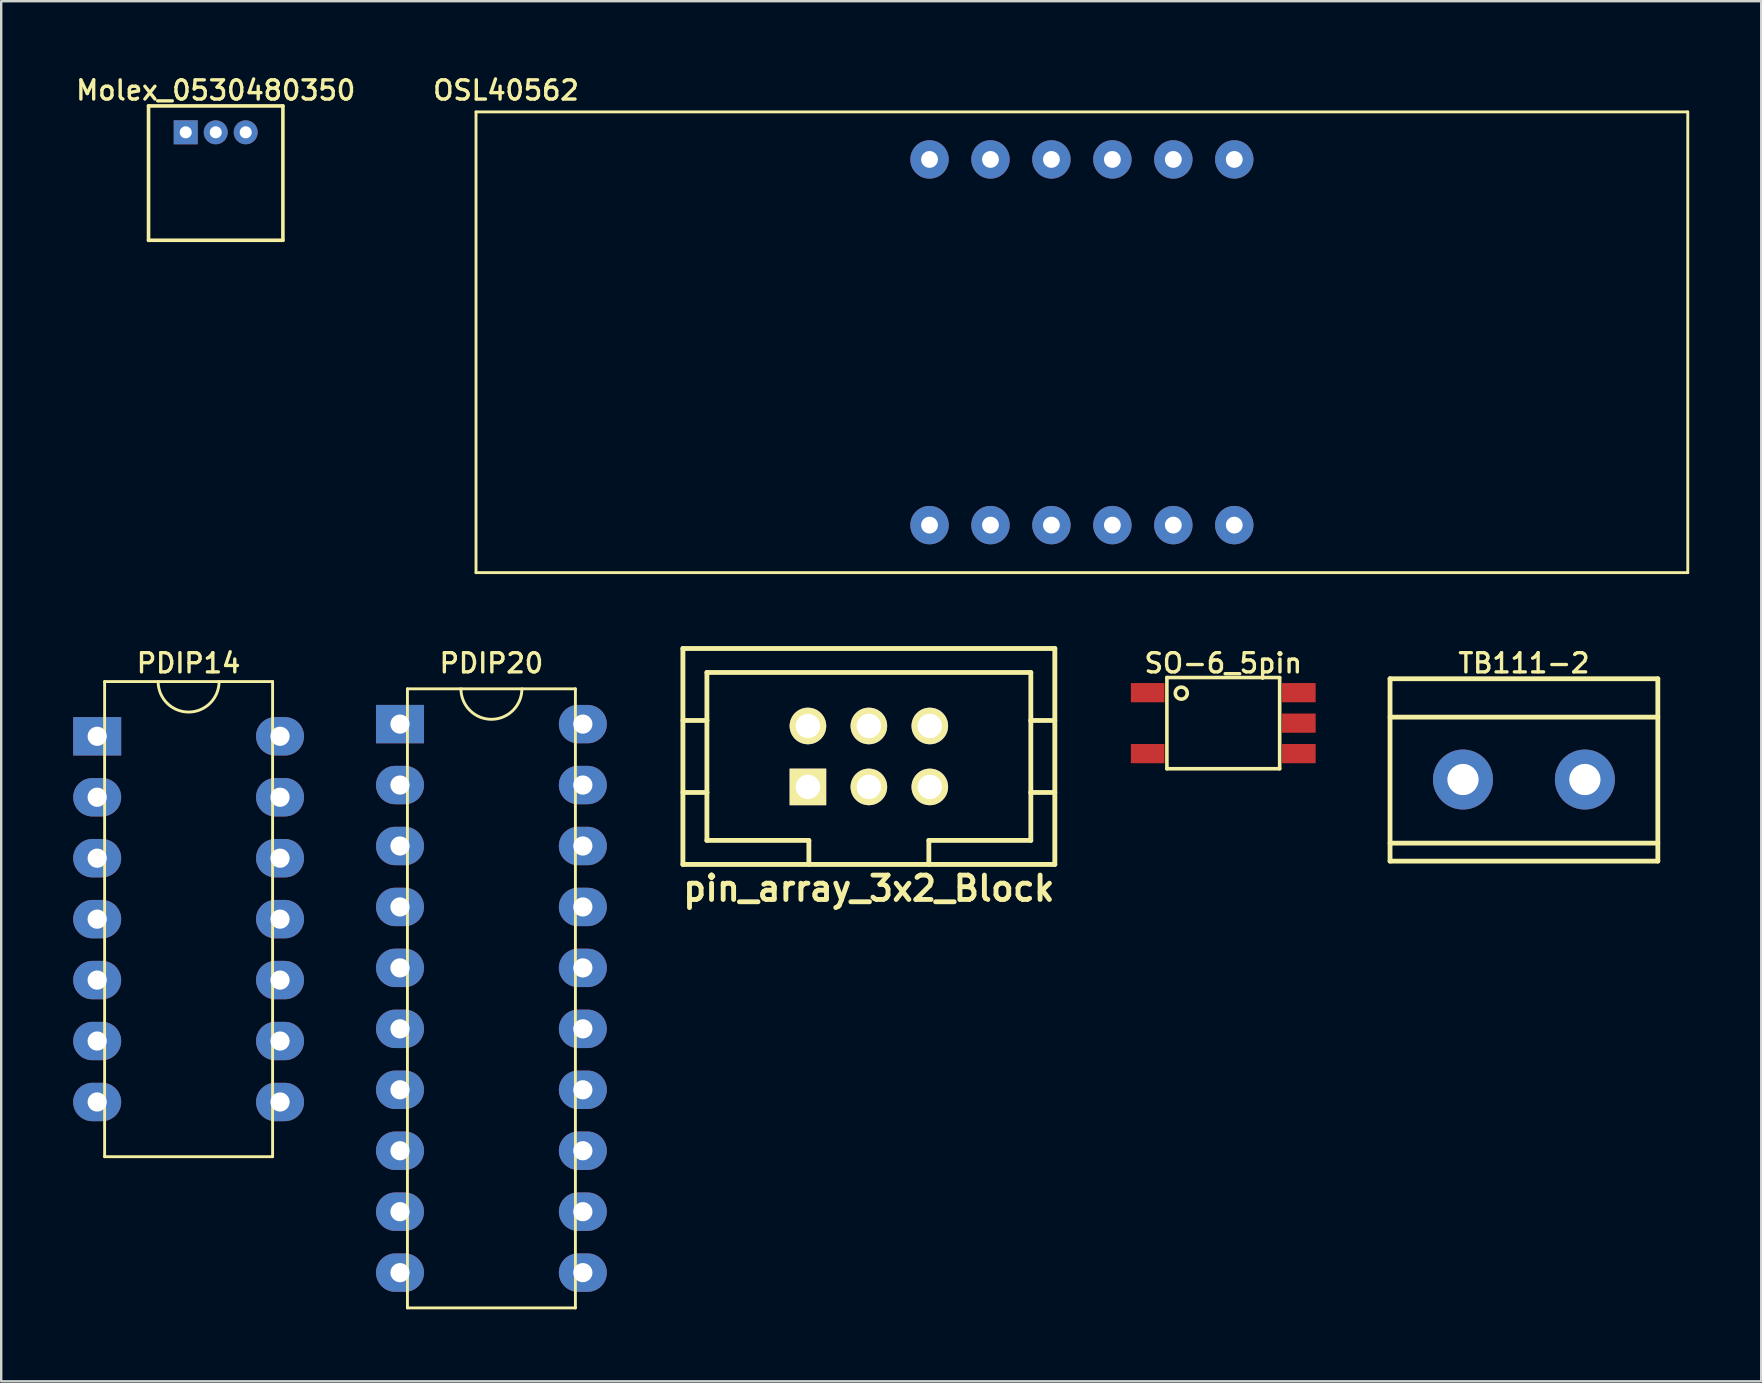
<source format=kicad_pcb>
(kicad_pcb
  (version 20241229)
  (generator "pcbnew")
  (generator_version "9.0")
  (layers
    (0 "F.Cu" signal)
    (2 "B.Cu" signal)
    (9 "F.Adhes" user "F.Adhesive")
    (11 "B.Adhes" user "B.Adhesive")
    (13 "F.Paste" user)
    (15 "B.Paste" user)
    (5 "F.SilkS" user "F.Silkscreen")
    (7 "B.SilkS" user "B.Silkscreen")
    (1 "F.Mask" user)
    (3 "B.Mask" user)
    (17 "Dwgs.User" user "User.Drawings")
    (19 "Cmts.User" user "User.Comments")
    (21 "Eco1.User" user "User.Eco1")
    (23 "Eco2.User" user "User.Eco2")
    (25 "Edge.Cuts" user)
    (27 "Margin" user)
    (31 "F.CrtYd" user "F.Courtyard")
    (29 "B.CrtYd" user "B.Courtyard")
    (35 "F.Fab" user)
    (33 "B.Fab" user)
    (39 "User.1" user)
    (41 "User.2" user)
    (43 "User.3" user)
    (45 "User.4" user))
  (footprint "Molex_0530480350"
    (layer "F.Cu")
    (at 5.94 2.464)
    (property "Reference" "Molex_0530480350" (at 0 -1.75 0) (layer "F.SilkS") (effects (font (size 0.8 0.8) (thickness 0.14))))
    (attr through_hole)
    (fp_line (start -2.8 -1.1) (end -2.8 4.5) (stroke (width 0.15) (type solid)) (layer "F.SilkS"))
    (fp_line (start -2.8 -1.1) (end 2.8 -1.1) (stroke (width 0.15) (type solid)) (layer "F.SilkS"))
    (fp_line (start -2.8 4.5) (end 2.8 4.5) (stroke (width 0.15) (type solid)) (layer "F.SilkS"))
    (fp_line (start 2.8 -1.1) (end 2.8 4.5) (stroke (width 0.15) (type solid)) (layer "F.SilkS"))
    (pad "1" thru_hole rect (at -1.25 0) (size 1 1) (drill 0.5) (layers "*.Cu" "*.Mask"))
    (pad "2" thru_hole circle (at 0 0) (size 1 1) (drill 0.5) (layers "*.Cu" "*.Mask"))
    (pad "3" thru_hole circle (at 1.25 0) (size 1 1) (drill 0.5) (layers "*.Cu" "*.Mask")))
  (footprint "OSL40562"
    (layer "F.Cu")
    (at 42.038 11.214)
    (property "Reference" "OSL40562" (at -24 -10.5 0) (layer "F.SilkS") (effects (font (size 0.8 0.8) (thickness 0.14))))
    (attr through_hole)
    (fp_line (start -25.25 -9.6) (end -25.25 9.6) (stroke (width 0.12) (type solid)) (layer "F.SilkS"))
    (fp_line (start -25.25 9.6) (end 25.25 9.6) (stroke (width 0.12) (type solid)) (layer "F.SilkS"))
    (fp_line (start 25.25 -9.6) (end -25.25 -9.6) (stroke (width 0.12) (type solid)) (layer "F.SilkS"))
    (fp_line (start 25.25 9.6) (end 25.25 -9.6) (stroke (width 0.12) (type solid)) (layer "F.SilkS"))
    (pad "1" thru_hole circle (at -6.35 7.62 270) (size 1.6 1.6) (drill 0.7) (layers "*.Cu" "*.Mask"))
    (pad "2" thru_hole circle (at -3.81 7.62 270) (size 1.6 1.6) (drill 0.7) (layers "*.Cu" "*.Mask"))
    (pad "3" thru_hole circle (at -1.27 7.62 270) (size 1.6 1.6) (drill 0.7) (layers "*.Cu" "*.Mask"))
    (pad "4" thru_hole circle (at 1.27 7.62 270) (size 1.6 1.6) (drill 0.7) (layers "*.Cu" "*.Mask"))
    (pad "5" thru_hole circle (at 3.81 7.62 270) (size 1.6 1.6) (drill 0.7) (layers "*.Cu" "*.Mask"))
    (pad "6" thru_hole circle (at 6.35 7.62 270) (size 1.6 1.6) (drill 0.7) (layers "*.Cu" "*.Mask"))
    (pad "7" thru_hole circle (at 6.35 -7.62 270) (size 1.6 1.6) (drill 0.7) (layers "*.Cu" "*.Mask"))
    (pad "8" thru_hole circle (at 3.81 -7.62 270) (size 1.6 1.6) (drill 0.7) (layers "*.Cu" "*.Mask"))
    (pad "9" thru_hole circle (at 1.27 -7.62 270) (size 1.6 1.6) (drill 0.7) (layers "*.Cu" "*.Mask"))
    (pad "10" thru_hole circle (at -1.27 -7.62 270) (size 1.6 1.6) (drill 0.7) (layers "*.Cu" "*.Mask"))
    (pad "11" thru_hole circle (at -3.81 -7.62 270) (size 1.6 1.6) (drill 0.7) (layers "*.Cu" "*.Mask"))
    (pad "12" thru_hole circle (at -6.35 -7.62 270) (size 1.6 1.6) (drill 0.7) (layers "*.Cu" "*.Mask")))
  (footprint "TB111-2"
    (layer "F.Cu")
    (at 60.46 32.837)
    (property "Reference" "TB111-2" (at 0 -8.25 0) (layer "F.SilkS") (effects (font (size 0.8 0.8) (thickness 0.14))))
    (attr through_hole)
    (fp_line (start -5.58 -7.6) (end 5.58 -7.6) (stroke (width 0.2) (type solid)) (layer "F.SilkS"))
    (fp_line (start -5.58 -6) (end 5.58 -6) (stroke (width 0.2) (type solid)) (layer "F.SilkS"))
    (fp_line (start -5.58 -0.75) (end 5.58 -0.75) (stroke (width 0.2) (type solid)) (layer "F.SilkS"))
    (fp_line (start -5.58 0) (end -5.58 -7.6) (stroke (width 0.2) (type solid)) (layer "F.SilkS"))
    (fp_line (start -5.58 0) (end 5.58 0) (stroke (width 0.2) (type solid)) (layer "F.SilkS"))
    (fp_line (start 5.58 0) (end 5.58 -7.6) (stroke (width 0.2) (type solid)) (layer "F.SilkS"))
    (pad "1" thru_hole circle (at -2.54 -3.4) (size 2.5 2.5) (drill 1.3) (layers "*.Cu" "*.Mask"))
    (pad "2" thru_hole circle (at 2.54 -3.4) (size 2.5 2.5) (drill 1.3) (layers "*.Cu" "*.Mask")))
  (footprint "SO-6_5pin"
    (layer "F.Cu")
    (at 47.93 27.087)
    (property "Reference" "SO-6_5pin" (at 0 -2.5 0) (layer "F.SilkS") (effects (font (size 0.8 0.8) (thickness 0.14))))
    (attr through_hole)
    (fp_line (start -2.35 -1.9) (end -2.35 1.9) (stroke (width 0.15) (type solid)) (layer "F.SilkS"))
    (fp_line (start -2.35 1.9) (end 2.35 1.9) (stroke (width 0.15) (type solid)) (layer "F.SilkS"))
    (fp_line (start 2.35 -1.9) (end -2.35 -1.9) (stroke (width 0.15) (type solid)) (layer "F.SilkS"))
    (fp_line (start 2.35 1.9) (end 2.35 -1.9) (stroke (width 0.15) (type solid)) (layer "F.SilkS"))
    (fp_circle (center -1.75 -1.25) (end -1.5 -1.25) (stroke (width 0.15) (type solid)) (fill no) (layer "F.SilkS"))
    (pad "1" smd rect (at -3.15 -1.27 180) (size 1.4 0.8) (layers "F.Cu" "F.Mask" "F.Paste"))
    (pad "3" smd rect (at -3.15 1.27 180) (size 1.4 0.8) (layers "F.Cu" "F.Mask" "F.Paste"))
    (pad "4" smd rect (at 3.15 1.27 180) (size 1.4 0.8) (layers "F.Cu" "F.Mask" "F.Paste"))
    (pad "5" smd rect (at 3.15 0 180) (size 1.4 0.8) (layers "F.Cu" "F.Mask" "F.Paste"))
    (pad "6" smd rect (at 3.15 -1.27 180) (size 1.4 0.8) (layers "F.Cu" "F.Mask" "F.Paste")))
  (footprint "pin_array_3x2_Block"
    (layer "F.Cu")
    (at 33.16 28.475)
    (property "Reference" "pin_array_3x2_Block" (at 0 5.5 0) (layer "F.SilkS") (effects (font (size 1.016 1.016) (thickness 0.203))))
    (attr through_hole)
    (fp_line (start -7.75 -4.5) (end 7.75 -4.5) (stroke (width 0.203) (type solid)) (layer "F.SilkS"))
    (fp_line (start -7.75 -1.5) (end -6.75 -1.5) (stroke (width 0.2) (type solid)) (layer "F.SilkS"))
    (fp_line (start -7.75 4.5) (end -7.75 -4.5) (stroke (width 0.203) (type solid)) (layer "F.SilkS"))
    (fp_line (start -6.75 -3.5) (end 6.75 -3.5) (stroke (width 0.2) (type solid)) (layer "F.SilkS"))
    (fp_line (start -6.75 -1.5) (end -6.75 -3.5) (stroke (width 0.2) (type solid)) (layer "F.SilkS"))
    (fp_line (start -6.75 -1.5) (end -6.75 1.5) (stroke (width 0.2) (type solid)) (layer "F.SilkS"))
    (fp_line (start -6.75 1.5) (end -7.75 1.5) (stroke (width 0.2) (type solid)) (layer "F.SilkS"))
    (fp_line (start -6.75 3.5) (end -6.75 1.5) (stroke (width 0.2) (type solid)) (layer "F.SilkS"))
    (fp_line (start -2.5 3.5) (end -6.75 3.5) (stroke (width 0.2) (type solid)) (layer "F.SilkS"))
    (fp_line (start -2.5 4.5) (end -2.5 3.5) (stroke (width 0.2) (type solid)) (layer "F.SilkS"))
    (fp_line (start 2.5 3.5) (end 6.75 3.5) (stroke (width 0.2) (type solid)) (layer "F.SilkS"))
    (fp_line (start 2.5 4.5) (end 2.5 3.5) (stroke (width 0.2) (type solid)) (layer "F.SilkS"))
    (fp_line (start 6.75 -3.5) (end 6.75 -1.5) (stroke (width 0.2) (type solid)) (layer "F.SilkS"))
    (fp_line (start 6.75 -1.5) (end 6.75 1.5) (stroke (width 0.2) (type solid)) (layer "F.SilkS"))
    (fp_line (start 6.75 1.5) (end 7.75 1.5) (stroke (width 0.2) (type solid)) (layer "F.SilkS"))
    (fp_line (start 6.75 3.5) (end 6.75 1.5) (stroke (width 0.2) (type solid)) (layer "F.SilkS"))
    (fp_line (start 7.75 -4.5) (end 7.75 4.5) (stroke (width 0.203) (type solid)) (layer "F.SilkS"))
    (fp_line (start 7.75 -1.5) (end 6.75 -1.5) (stroke (width 0.2) (type solid)) (layer "F.SilkS"))
    (fp_line (start 7.75 4.5) (end -7.75 4.5) (stroke (width 0.203) (type solid)) (layer "F.SilkS"))
    (pad "1" thru_hole rect (at -2.54 1.27) (size 1.524 1.524) (drill 1.016) (layers "*.Cu" "*.Mask" "F.SilkS"))
    (pad "2" thru_hole circle (at -2.54 -1.27) (size 1.524 1.524) (drill 1.016) (layers "*.Cu" "*.Mask" "F.SilkS"))
    (pad "3" thru_hole circle (at 0 1.27) (size 1.524 1.524) (drill 1.016) (layers "*.Cu" "*.Mask" "F.SilkS"))
    (pad "4" thru_hole circle (at 0 -1.27) (size 1.524 1.524) (drill 1.016) (layers "*.Cu" "*.Mask" "F.SilkS"))
    (pad "5" thru_hole circle (at 2.54 1.27) (size 1.524 1.524) (drill 1.016) (layers "*.Cu" "*.Mask" "F.SilkS"))
    (pad "6" thru_hole circle (at 2.54 -1.27) (size 1.524 1.524) (drill 1.016) (layers "*.Cu" "*.Mask" "F.SilkS")))
  (footprint "PDIP14"
    (layer "F.Cu")
    (at 4.81 35.255)
    (property "Reference" "PDIP14" (at 0 -10.668 0) (layer "F.SilkS") (effects (font (size 0.8 0.8) (thickness 0.14))))
    (attr through_hole)
    (fp_line (start -3.5 -9.9) (end -3.5 9.9) (stroke (width 0.12) (type solid)) (layer "F.SilkS"))
    (fp_line (start -3.5 9.9) (end 3.5 9.9) (stroke (width 0.12) (type solid)) (layer "F.SilkS"))
    (fp_line (start 3.5 -9.9) (end -3.5 -9.9) (stroke (width 0.12) (type solid)) (layer "F.SilkS"))
    (fp_line (start 3.5 9.9) (end 3.5 -9.9) (stroke (width 0.12) (type solid)) (layer "F.SilkS"))
    (fp_arc (start 1.27 -9.9) (mid 0 -8.63) (end -1.27 -9.9) (stroke (width 0.12) (type solid)) (layer "F.SilkS"))
    (pad "1" thru_hole rect (at -3.81 -7.62 270) (size 1.6 2) (drill 0.8) (layers "*.Cu" "*.Mask"))
    (pad "2" thru_hole oval (at -3.81 -5.08 270) (size 1.6 2) (drill 0.8) (layers "*.Cu" "*.Mask"))
    (pad "3" thru_hole oval (at -3.81 -2.54 270) (size 1.6 2) (drill 0.8) (layers "*.Cu" "*.Mask"))
    (pad "4" thru_hole oval (at -3.81 0 270) (size 1.6 2) (drill 0.8) (layers "*.Cu" "*.Mask"))
    (pad "5" thru_hole oval (at -3.81 2.54 270) (size 1.6 2) (drill 0.8) (layers "*.Cu" "*.Mask"))
    (pad "6" thru_hole oval (at -3.81 5.08 270) (size 1.6 2) (drill 0.8) (layers "*.Cu" "*.Mask"))
    (pad "7" thru_hole oval (at -3.81 7.62 270) (size 1.6 2) (drill 0.8) (layers "*.Cu" "*.Mask"))
    (pad "8" thru_hole oval (at 3.81 7.62 270) (size 1.6 2) (drill 0.8) (layers "*.Cu" "*.Mask"))
    (pad "9" thru_hole oval (at 3.81 5.08 270) (size 1.6 2) (drill 0.8) (layers "*.Cu" "*.Mask"))
    (pad "10" thru_hole oval (at 3.81 2.54 270) (size 1.6 2) (drill 0.8) (layers "*.Cu" "*.Mask"))
    (pad "11" thru_hole oval (at 3.81 0 270) (size 1.6 2) (drill 0.8) (layers "*.Cu" "*.Mask"))
    (pad "12" thru_hole oval (at 3.81 -2.54 270) (size 1.6 2) (drill 0.8) (layers "*.Cu" "*.Mask"))
    (pad "13" thru_hole oval (at 3.81 -5.08 270) (size 1.6 2) (drill 0.8) (layers "*.Cu" "*.Mask"))
    (pad "14" thru_hole oval (at 3.81 -7.62 270) (size 1.6 2) (drill 0.8) (layers "*.Cu" "*.Mask")))
  (footprint "PDIP20"
    (layer "F.Cu")
    (at 17.43 38.557)
    (property "Reference" "PDIP20" (at 0 -13.97 0) (layer "F.SilkS") (effects (font (size 0.8 0.8) (thickness 0.14))))
    (attr through_hole)
    (fp_line (start -3.5 -12.9) (end -3.5 12.9) (stroke (width 0.12) (type solid)) (layer "F.SilkS"))
    (fp_line (start -3.5 12.9) (end 3.5 12.9) (stroke (width 0.12) (type solid)) (layer "F.SilkS"))
    (fp_line (start 3.5 -12.9) (end -3.5 -12.9) (stroke (width 0.12) (type solid)) (layer "F.SilkS"))
    (fp_line (start 3.5 12.9) (end 3.5 -12.9) (stroke (width 0.12) (type solid)) (layer "F.SilkS"))
    (fp_arc (start 1.27 -12.9) (mid 0 -11.63) (end -1.27 -12.9) (stroke (width 0.12) (type solid)) (layer "F.SilkS"))
    (pad "1" thru_hole rect (at -3.81 -11.43 270) (size 1.6 2) (drill 0.8) (layers "*.Cu" "*.Mask"))
    (pad "2" thru_hole oval (at -3.81 -8.89 270) (size 1.6 2) (drill 0.8) (layers "*.Cu" "*.Mask"))
    (pad "3" thru_hole oval (at -3.81 -6.35 270) (size 1.6 2) (drill 0.8) (layers "*.Cu" "*.Mask"))
    (pad "4" thru_hole oval (at -3.81 -3.81 270) (size 1.6 2) (drill 0.8) (layers "*.Cu" "*.Mask"))
    (pad "5" thru_hole oval (at -3.81 -1.27 270) (size 1.6 2) (drill 0.8) (layers "*.Cu" "*.Mask"))
    (pad "6" thru_hole oval (at -3.81 1.27 270) (size 1.6 2) (drill 0.8) (layers "*.Cu" "*.Mask"))
    (pad "7" thru_hole oval (at -3.81 3.81 270) (size 1.6 2) (drill 0.8) (layers "*.Cu" "*.Mask"))
    (pad "8" thru_hole oval (at -3.81 6.35 270) (size 1.6 2) (drill 0.8) (layers "*.Cu" "*.Mask"))
    (pad "9" thru_hole oval (at -3.81 8.89 270) (size 1.6 2) (drill 0.8) (layers "*.Cu" "*.Mask"))
    (pad "10" thru_hole oval (at -3.81 11.43 270) (size 1.6 2) (drill 0.8) (layers "*.Cu" "*.Mask"))
    (pad "11" thru_hole oval (at 3.81 11.43 270) (size 1.6 2) (drill 0.8) (layers "*.Cu" "*.Mask"))
    (pad "12" thru_hole oval (at 3.81 8.89 270) (size 1.6 2) (drill 0.8) (layers "*.Cu" "*.Mask"))
    (pad "13" thru_hole oval (at 3.81 6.35 270) (size 1.6 2) (drill 0.8) (layers "*.Cu" "*.Mask"))
    (pad "14" thru_hole oval (at 3.81 3.81 270) (size 1.6 2) (drill 0.8) (layers "*.Cu" "*.Mask"))
    (pad "15" thru_hole oval (at 3.81 1.27 270) (size 1.6 2) (drill 0.8) (layers "*.Cu" "*.Mask"))
    (pad "16" thru_hole oval (at 3.81 -1.27 270) (size 1.6 2) (drill 0.8) (layers "*.Cu" "*.Mask"))
    (pad "17" thru_hole oval (at 3.81 -3.81 270) (size 1.6 2) (drill 0.8) (layers "*.Cu" "*.Mask"))
    (pad "18" thru_hole oval (at 3.81 -6.35 270) (size 1.6 2) (drill 0.8) (layers "*.Cu" "*.Mask"))
    (pad "19" thru_hole oval (at 3.81 -8.89 270) (size 1.6 2) (drill 0.8) (layers "*.Cu" "*.Mask"))
    (pad "20" thru_hole oval (at 3.81 -11.43 270) (size 1.6 2) (drill 0.8) (layers "*.Cu" "*.Mask")))
  (gr_rect
    (start -3 -3)
    (end 70.348 54.517)
    (stroke (width 0.1) (type default))
    (fill no)
    (layer "Edge.Cuts")))
</source>
